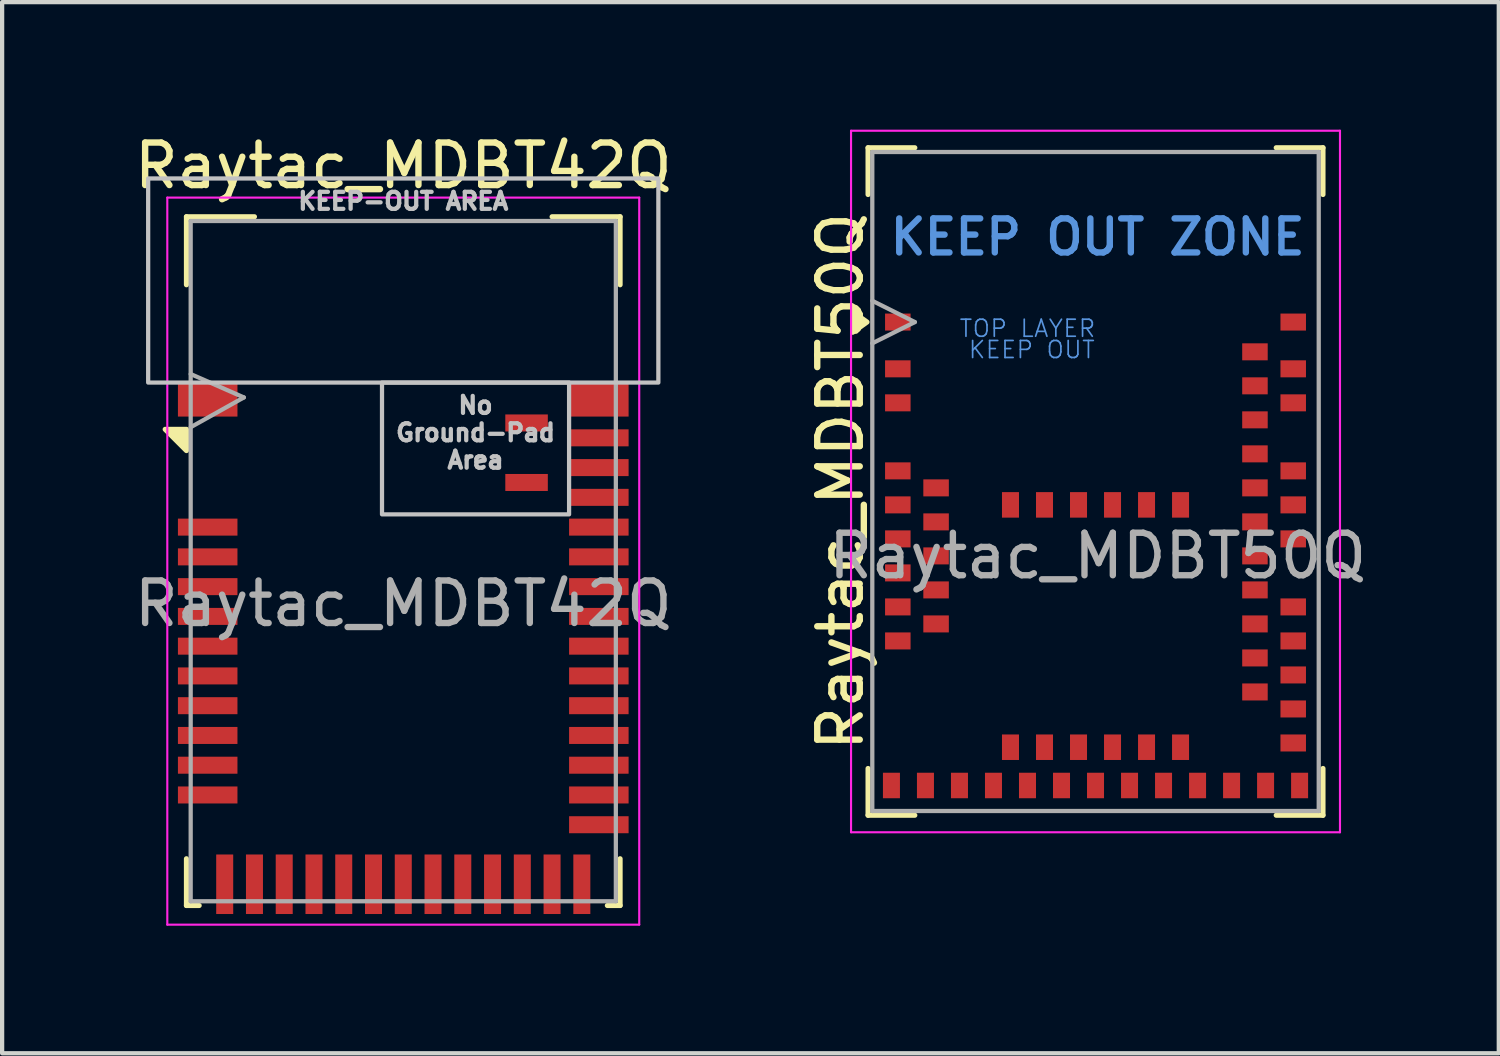
<source format=kicad_pcb>
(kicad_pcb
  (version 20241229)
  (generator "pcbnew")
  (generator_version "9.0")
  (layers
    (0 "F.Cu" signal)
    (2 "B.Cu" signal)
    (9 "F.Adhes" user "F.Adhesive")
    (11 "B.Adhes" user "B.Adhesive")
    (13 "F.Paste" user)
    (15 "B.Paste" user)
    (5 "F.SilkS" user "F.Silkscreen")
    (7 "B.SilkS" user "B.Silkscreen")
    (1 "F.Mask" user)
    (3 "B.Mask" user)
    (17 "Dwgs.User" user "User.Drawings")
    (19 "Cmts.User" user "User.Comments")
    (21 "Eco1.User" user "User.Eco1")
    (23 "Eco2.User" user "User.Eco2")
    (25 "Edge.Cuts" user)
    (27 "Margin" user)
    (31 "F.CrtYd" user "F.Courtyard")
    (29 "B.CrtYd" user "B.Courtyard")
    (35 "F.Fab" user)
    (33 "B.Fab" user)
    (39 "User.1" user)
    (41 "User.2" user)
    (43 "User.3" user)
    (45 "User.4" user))
  (footprint "Raytac_MDBT50Q"
    (layer "F.Cu")
    (at 22.717 8.275)
    (property "Reference" "Raytac_MDBT50Q" (at -6 0 270) (layer "F.SilkS") (effects (font (size 1 1) (thickness 0.15))))
    (attr smd)
    (fp_line (start -5.35 -7.85) (end -5.35 -6.75) (stroke (width 0.12) (type solid)) (layer "F.SilkS"))
    (fp_line (start -5.35 6.75) (end -5.35 7.85) (stroke (width 0.12) (type solid)) (layer "F.SilkS"))
    (fp_line (start -5.35 7.85) (end -4.25 7.85) (stroke (width 0.12) (type solid)) (layer "F.SilkS"))
    (fp_line (start -4.25 -7.85) (end -5.35 -7.85) (stroke (width 0.12) (type solid)) (layer "F.SilkS"))
    (fp_line (start 4.25 -7.85) (end 5.35 -7.85) (stroke (width 0.12) (type solid)) (layer "F.SilkS"))
    (fp_line (start 5.35 -7.85) (end 5.35 -6.75) (stroke (width 0.12) (type solid)) (layer "F.SilkS"))
    (fp_line (start 5.35 6.75) (end 5.35 7.85) (stroke (width 0.12) (type solid)) (layer "F.SilkS"))
    (fp_line (start 5.35 7.85) (end 4.25 7.85) (stroke (width 0.12) (type solid)) (layer "F.SilkS"))
    (fp_poly (pts (xy -5.375 -3.75) (xy -5.711 -3.51) (xy -5.711 -3.99) (xy -5.375 -3.75)) (stroke (width 0.12) (type solid)) (fill yes) (layer "F.SilkS"))
    (fp_line (start -5.75 -8.25) (end -5.75 8.25) (stroke (width 0.05) (type solid)) (layer "F.CrtYd"))
    (fp_line (start -5.75 -8.25) (end 5.75 -8.25) (stroke (width 0.05) (type solid)) (layer "F.CrtYd"))
    (fp_line (start -5.75 8.25) (end 5.75 8.25) (stroke (width 0.05) (type solid)) (layer "F.CrtYd"))
    (fp_line (start 5.75 -8.25) (end 5.75 8.25) (stroke (width 0.05) (type solid)) (layer "F.CrtYd"))
    (fp_line (start -5.25 -7.75) (end 5.25 -7.75) (stroke (width 0.1) (type solid)) (layer "F.Fab"))
    (fp_line (start -5.25 7.75) (end -5.25 -7.75) (stroke (width 0.1) (type solid)) (layer "F.Fab"))
    (fp_line (start -4.25 -3.75) (end -5.25 -4.25) (stroke (width 0.1) (type solid)) (layer "F.Fab"))
    (fp_line (start -4.25 -3.75) (end -5.25 -3.25) (stroke (width 0.1) (type solid)) (layer "F.Fab"))
    (fp_line (start 5.25 -7.75) (end 5.25 7.75) (stroke (width 0.1) (type solid)) (layer "F.Fab"))
    (fp_line (start 5.25 7.75) (end -5.25 7.75) (stroke (width 0.1) (type solid)) (layer "F.Fab"))
    (fp_text user "TOP LAYER" (at -1.6 -3.6 0) (layer "Cmts.User") (effects (font (size 0.4 0.4) (thickness 0.04))))
    (fp_text user "KEEP OUT ZONE" (at 0.05 -5.75 0) (layer "Cmts.User") (effects (font (size 0.8 0.8) (thickness 0.15))))
    (fp_text user "KEEP OUT" (at -1.5 -3.1 0) (layer "Cmts.User") (effects (font (size 0.4 0.4) (thickness 0.04))))
    (fp_text user "${REFERENCE}" (at 0.05 1.75 0) (layer "F.Fab") (effects (font (size 1 1) (thickness 0.15))))
    (pad "1" smd rect (at -4.65 -3.75) (size 0.6 0.4) (layers "F.Cu" "F.Mask" "F.Paste"))
    (pad "2" smd rect (at -4.65 -2.65) (size 0.6 0.4) (layers "F.Cu" "F.Mask" "F.Paste"))
    (pad "3" smd rect (at -4.65 -1.85) (size 0.6 0.4) (layers "F.Cu" "F.Mask" "F.Paste"))
    (pad "4" smd rect (at -4.65 -0.25) (size 0.6 0.4) (layers "F.Cu" "F.Mask" "F.Paste"))
    (pad "5" smd rect (at -3.75 0.15) (size 0.6 0.4) (layers "F.Cu" "F.Mask" "F.Paste"))
    (pad "6" smd rect (at -4.65 0.55) (size 0.6 0.4) (layers "F.Cu" "F.Mask" "F.Paste"))
    (pad "7" smd rect (at -3.75 0.95) (size 0.6 0.4) (layers "F.Cu" "F.Mask" "F.Paste"))
    (pad "8" smd rect (at -4.65 1.35) (size 0.6 0.4) (layers "F.Cu" "F.Mask" "F.Paste"))
    (pad "9" smd rect (at -3.75 1.75) (size 0.6 0.4) (layers "F.Cu" "F.Mask" "F.Paste"))
    (pad "10" smd rect (at -4.65 2.15) (size 0.6 0.4) (layers "F.Cu" "F.Mask" "F.Paste"))
    (pad "11" smd rect (at -3.75 2.55) (size 0.6 0.4) (layers "F.Cu" "F.Mask" "F.Paste"))
    (pad "12" smd rect (at -4.65 2.95) (size 0.6 0.4) (layers "F.Cu" "F.Mask" "F.Paste"))
    (pad "13" smd rect (at -3.75 3.35) (size 0.6 0.4) (layers "F.Cu" "F.Mask" "F.Paste"))
    (pad "14" smd rect (at -4.65 3.75) (size 0.6 0.4) (layers "F.Cu" "F.Mask" "F.Paste"))
    (pad "15" smd rect (at -4.8 7.15 90) (size 0.6 0.4) (layers "F.Cu" "F.Mask" "F.Paste"))
    (pad "16" smd rect (at -4 7.15 90) (size 0.6 0.4) (layers "F.Cu" "F.Mask" "F.Paste"))
    (pad "17" smd rect (at -3.2 7.15 90) (size 0.6 0.4) (layers "F.Cu" "F.Mask" "F.Paste"))
    (pad "18" smd rect (at -2.4 7.15 90) (size 0.6 0.4) (layers "F.Cu" "F.Mask" "F.Paste"))
    (pad "19" smd rect (at -2 6.25 90) (size 0.6 0.4) (layers "F.Cu" "F.Mask" "F.Paste"))
    (pad "20" smd rect (at -1.6 7.15 90) (size 0.6 0.4) (layers "F.Cu" "F.Mask" "F.Paste"))
    (pad "21" smd rect (at -1.2 6.25 90) (size 0.6 0.4) (layers "F.Cu" "F.Mask" "F.Paste"))
    (pad "22" smd rect (at -0.8 7.15 90) (size 0.6 0.4) (layers "F.Cu" "F.Mask" "F.Paste"))
    (pad "23" smd rect (at -0.4 6.25 90) (size 0.6 0.4) (layers "F.Cu" "F.Mask" "F.Paste"))
    (pad "24" smd rect (at 0 7.15 90) (size 0.6 0.4) (layers "F.Cu" "F.Mask" "F.Paste"))
    (pad "25" smd rect (at 0.4 6.25 90) (size 0.6 0.4) (layers "F.Cu" "F.Mask" "F.Paste"))
    (pad "26" smd rect (at 0.8 7.15 90) (size 0.6 0.4) (layers "F.Cu" "F.Mask" "F.Paste"))
    (pad "27" smd rect (at 1.2 6.25 90) (size 0.6 0.4) (layers "F.Cu" "F.Mask" "F.Paste"))
    (pad "28" smd rect (at 1.6 7.15 90) (size 0.6 0.4) (layers "F.Cu" "F.Mask" "F.Paste"))
    (pad "29" smd rect (at 2 6.25 90) (size 0.6 0.4) (layers "F.Cu" "F.Mask" "F.Paste"))
    (pad "30" smd rect (at 2.4 7.15 90) (size 0.6 0.4) (layers "F.Cu" "F.Mask" "F.Paste"))
    (pad "31" smd rect (at 3.2 7.15 90) (size 0.6 0.4) (layers "F.Cu" "F.Mask" "F.Paste"))
    (pad "32" smd rect (at 4 7.15 90) (size 0.6 0.4) (layers "F.Cu" "F.Mask" "F.Paste"))
    (pad "33" smd rect (at 4.8 7.15 90) (size 0.6 0.4) (layers "F.Cu" "F.Mask" "F.Paste"))
    (pad "34" smd rect (at 4.65 6.15) (size 0.6 0.4) (layers "F.Cu" "F.Mask" "F.Paste"))
    (pad "35" smd rect (at 4.65 5.35) (size 0.6 0.4) (layers "F.Cu" "F.Mask" "F.Paste"))
    (pad "36" smd rect (at 3.75 4.95) (size 0.6 0.4) (layers "F.Cu" "F.Mask" "F.Paste"))
    (pad "37" smd rect (at 4.65 4.55) (size 0.6 0.4) (layers "F.Cu" "F.Mask" "F.Paste"))
    (pad "38" smd rect (at 3.75 4.15) (size 0.6 0.4) (layers "F.Cu" "F.Mask" "F.Paste"))
    (pad "39" smd rect (at 4.65 3.75) (size 0.6 0.4) (layers "F.Cu" "F.Mask" "F.Paste"))
    (pad "40" smd rect (at 3.75 3.35) (size 0.6 0.4) (layers "F.Cu" "F.Mask" "F.Paste"))
    (pad "41" smd rect (at 4.65 2.95) (size 0.6 0.4) (layers "F.Cu" "F.Mask" "F.Paste"))
    (pad "42" smd rect (at 3.75 2.55) (size 0.6 0.4) (layers "F.Cu" "F.Mask" "F.Paste"))
    (pad "43" smd rect (at 3.75 1.75) (size 0.6 0.4) (layers "F.Cu" "F.Mask" "F.Paste"))
    (pad "44" smd rect (at 4.65 1.35) (size 0.6 0.4) (layers "F.Cu" "F.Mask" "F.Paste"))
    (pad "45" smd rect (at 3.75 0.95) (size 0.6 0.4) (layers "F.Cu" "F.Mask" "F.Paste"))
    (pad "46" smd rect (at 4.65 0.55) (size 0.6 0.4) (layers "F.Cu" "F.Mask" "F.Paste"))
    (pad "47" smd rect (at 3.75 0.15) (size 0.6 0.4) (layers "F.Cu" "F.Mask" "F.Paste"))
    (pad "48" smd rect (at 4.65 -0.25) (size 0.6 0.4) (layers "F.Cu" "F.Mask" "F.Paste"))
    (pad "49" smd rect (at 3.75 -0.65) (size 0.6 0.4) (layers "F.Cu" "F.Mask" "F.Paste"))
    (pad "50" smd rect (at 3.75 -1.45) (size 0.6 0.4) (layers "F.Cu" "F.Mask" "F.Paste"))
    (pad "51" smd rect (at 4.65 -1.85) (size 0.6 0.4) (layers "F.Cu" "F.Mask" "F.Paste"))
    (pad "52" smd rect (at 3.75 -2.25) (size 0.6 0.4) (layers "F.Cu" "F.Mask" "F.Paste"))
    (pad "53" smd rect (at 4.65 -2.65) (size 0.6 0.4) (layers "F.Cu" "F.Mask" "F.Paste"))
    (pad "54" smd rect (at 3.75 -3.05) (size 0.6 0.4) (layers "F.Cu" "F.Mask" "F.Paste"))
    (pad "55" smd rect (at 4.65 -3.75) (size 0.6 0.4) (layers "F.Cu" "F.Mask" "F.Paste"))
    (pad "56" smd rect (at -2 0.55 90) (size 0.6 0.4) (layers "F.Cu" "F.Mask" "F.Paste"))
    (pad "57" smd rect (at -1.2 0.55 90) (size 0.6 0.4) (layers "F.Cu" "F.Mask" "F.Paste"))
    (pad "58" smd rect (at -0.4 0.55 90) (size 0.6 0.4) (layers "F.Cu" "F.Mask" "F.Paste"))
    (pad "59" smd rect (at 0.4 0.55 90) (size 0.6 0.4) (layers "F.Cu" "F.Mask" "F.Paste"))
    (pad "60" smd rect (at 1.2 0.55 90) (size 0.6 0.4) (layers "F.Cu" "F.Mask" "F.Paste"))
    (pad "61" smd rect (at 2 0.55 90) (size 0.6 0.4) (layers "F.Cu" "F.Mask" "F.Paste"))
    (zone (net_name "") (layer "F.Cu") (hatch full 0.508) (connect_pads) (min_thickness 0.254) (filled_areas_thickness no) (keepout (tracks not_allowed) (vias not_allowed) (pads not_allowed) (copperpour not_allowed) (footprints not_allowed)) (placement (enabled no)) (fill) (polygon (pts (xy 22.017 5.525) (xy 20.417 5.525) (xy 20.417 4.325) (xy 22.017 4.325))))
    (zone (net_name "") (layers "F.Cu" "B.Cu") (hatch full 0.508) (connect_pads) (min_thickness 0.254) (filled_areas_thickness no) (keepout (tracks not_allowed) (vias not_allowed) (pads not_allowed) (copperpour not_allowed) (footprints not_allowed)) (placement (enabled no)) (fill) (polygon (pts (xy 16.517 4.275) (xy 28.917 4.275) (xy 28.917 0.525) (xy 16.517 0.525)))))
  (footprint "Raytac_MDBT42Q"
    (layer "F.Cu")
    (at 6.435 10.148)
    (property "Reference" "Raytac_MDBT42Q" (at 0 -9.3 0) (layer "F.SilkS") (effects (font (size 1 1) (thickness 0.15))))
    (attr smd)
    (fp_line (start -5.1 -8.1) (end -5.1 -6.5) (stroke (width 0.12) (type solid)) (layer "F.SilkS"))
    (fp_line (start -5.1 -8.1) (end -3.5 -8.1) (stroke (width 0.12) (type solid)) (layer "F.SilkS"))
    (fp_line (start -5.1 8.1) (end -5.1 7) (stroke (width 0.12) (type solid)) (layer "F.SilkS"))
    (fp_line (start -4.8 8.1) (end -5.1 8.1) (stroke (width 0.12) (type solid)) (layer "F.SilkS"))
    (fp_line (start 3.5 -8.1) (end 5.1 -8.1) (stroke (width 0.12) (type solid)) (layer "F.SilkS"))
    (fp_line (start 4.8 8.1) (end 5.1 8.1) (stroke (width 0.12) (type solid)) (layer "F.SilkS"))
    (fp_line (start 5.1 -8.1) (end 5.1 -6.5) (stroke (width 0.12) (type solid)) (layer "F.SilkS"))
    (fp_line (start 5.1 8.1) (end 5.1 7) (stroke (width 0.12) (type solid)) (layer "F.SilkS"))
    (fp_poly (pts (xy -5.1 -3.1) (xy -5.6 -3.1) (xy -5.1 -2.6) (xy -5.1 -3.1)) (stroke (width 0.12) (type solid)) (fill yes) (layer "F.SilkS"))
    (fp_line (start -5.55 8.55) (end -5.55 -8.55) (stroke (width 0.05) (type solid)) (layer "F.CrtYd"))
    (fp_line (start 5.55 -8.55) (end -5.55 -8.55) (stroke (width 0.05) (type solid)) (layer "F.CrtYd"))
    (fp_line (start 5.55 -8.55) (end 5.55 8.55) (stroke (width 0.05) (type solid)) (layer "F.CrtYd"))
    (fp_line (start 5.55 8.55) (end -5.55 8.55) (stroke (width 0.05) (type solid)) (layer "F.CrtYd"))
    (fp_line (start -5 -8) (end -5 8) (stroke (width 0.1) (type solid)) (layer "F.Fab"))
    (fp_line (start -5 -8) (end 5 -8) (stroke (width 0.1) (type solid)) (layer "F.Fab"))
    (fp_line (start -5 -3.15) (end -3.75 -3.85) (stroke (width 0.1) (type default)) (layer "F.Fab"))
    (fp_line (start -5 8) (end 5 8) (stroke (width 0.1) (type solid)) (layer "F.Fab"))
    (fp_line (start -3.75 -3.85) (end -5 -4.4) (stroke (width 0.1) (type default)) (layer "F.Fab"))
    (fp_line (start 5 -8) (end 5 8) (stroke (width 0.1) (type solid)) (layer "F.Fab"))
    (fp_text user "${REFERENCE}" (at 0 1 0) (layer "F.Fab") (effects (font (size 1 1) (thickness 0.15))))
    (fp_text_box "KEEP-OUT AREA" (start -6 -9) (end 6 -4.2) (margins 0.35 0.35 0.35 0.35) (layer "Dwgs.User") (effects (font (size 0.4 0.4) (thickness 0.1)) (justify top)) (border yes) (stroke (width 0.1) (type solid)))
    (fp_text_box "No Ground-Pad Area" (start -0.5 -4.2) (end 3.9 -1.1) (margins 0.35 0.35 0.35 0.35) (layer "Dwgs.User") (effects (font (size 0.4 0.4) (thickness 0.1)) (justify top)) (border yes) (stroke (width 0.1) (type solid)))
    (pad "1" smd rect (at -4.6 -3.8) (size 1.4 0.8) (layers "F.Cu" "F.Mask" "F.Paste"))
    (pad "2" smd rect (at -4.6 -0.8) (size 1.4 0.4) (layers "F.Cu" "F.Mask" "F.Paste"))
    (pad "3" smd rect (at -4.6 -0.1) (size 1.4 0.4) (layers "F.Cu" "F.Mask" "F.Paste"))
    (pad "4" smd rect (at -4.6 0.6) (size 1.4 0.4) (layers "F.Cu" "F.Mask" "F.Paste"))
    (pad "5" smd rect (at -4.6 1.3) (size 1.4 0.4) (layers "F.Cu" "F.Mask" "F.Paste"))
    (pad "6" smd rect (at -4.6 2) (size 1.4 0.4) (layers "F.Cu" "F.Mask" "F.Paste"))
    (pad "7" smd rect (at -4.6 2.7) (size 1.4 0.4) (layers "F.Cu" "F.Mask" "F.Paste"))
    (pad "8" smd rect (at -4.6 3.4) (size 1.4 0.4) (layers "F.Cu" "F.Mask" "F.Paste"))
    (pad "9" smd rect (at -4.6 4.1) (size 1.4 0.4) (layers "F.Cu" "F.Mask" "F.Paste"))
    (pad "10" smd rect (at -4.6 4.8) (size 1.4 0.4) (layers "F.Cu" "F.Mask" "F.Paste"))
    (pad "11" smd rect (at -4.6 5.5) (size 1.4 0.4) (layers "F.Cu" "F.Mask" "F.Paste"))
    (pad "12" smd rect (at -4.2 7.6 90) (size 1.4 0.4) (layers "F.Cu" "F.Mask" "F.Paste"))
    (pad "13" smd rect (at -3.5 7.6 90) (size 1.4 0.4) (layers "F.Cu" "F.Mask" "F.Paste"))
    (pad "14" smd rect (at -2.8 7.6 90) (size 1.4 0.4) (layers "F.Cu" "F.Mask" "F.Paste"))
    (pad "15" smd rect (at -2.1 7.6 90) (size 1.4 0.4) (layers "F.Cu" "F.Mask" "F.Paste"))
    (pad "16" smd rect (at -1.4 7.6 90) (size 1.4 0.4) (layers "F.Cu" "F.Mask" "F.Paste"))
    (pad "17" smd rect (at -0.7 7.6 90) (size 1.4 0.4) (layers "F.Cu" "F.Mask" "F.Paste"))
    (pad "18" smd rect (at 0 7.6 90) (size 1.4 0.4) (layers "F.Cu" "F.Mask" "F.Paste"))
    (pad "19" smd rect (at 0.7 7.6 90) (size 1.4 0.4) (layers "F.Cu" "F.Mask" "F.Paste"))
    (pad "20" smd rect (at 1.4 7.6 90) (size 1.4 0.4) (layers "F.Cu" "F.Mask" "F.Paste"))
    (pad "21" smd rect (at 2.1 7.6 90) (size 1.4 0.4) (layers "F.Cu" "F.Mask" "F.Paste"))
    (pad "22" smd rect (at 2.8 7.6 90) (size 1.4 0.4) (layers "F.Cu" "F.Mask" "F.Paste"))
    (pad "23" smd rect (at 3.5 7.6 90) (size 1.4 0.4) (layers "F.Cu" "F.Mask" "F.Paste"))
    (pad "24" smd rect (at 4.2 7.6 90) (size 1.4 0.4) (layers "F.Cu" "F.Mask" "F.Paste"))
    (pad "25" smd rect (at 4.6 6.2) (size 1.4 0.4) (layers "F.Cu" "F.Mask" "F.Paste"))
    (pad "26" smd rect (at 4.6 5.5) (size 1.4 0.4) (layers "F.Cu" "F.Mask" "F.Paste"))
    (pad "27" smd rect (at 4.6 4.8) (size 1.4 0.4) (layers "F.Cu" "F.Mask" "F.Paste"))
    (pad "28" smd rect (at 4.6 4.1) (size 1.4 0.4) (layers "F.Cu" "F.Mask" "F.Paste"))
    (pad "29" smd rect (at 4.6 3.4) (size 1.4 0.4) (layers "F.Cu" "F.Mask" "F.Paste"))
    (pad "30" smd rect (at 4.6 2.7) (size 1.4 0.4) (layers "F.Cu" "F.Mask" "F.Paste"))
    (pad "31" smd rect (at 4.6 2) (size 1.4 0.4) (layers "F.Cu" "F.Mask" "F.Paste"))
    (pad "32" smd rect (at 4.6 1.3) (size 1.4 0.4) (layers "F.Cu" "F.Mask" "F.Paste"))
    (pad "33" smd rect (at 4.6 0.6) (size 1.4 0.4) (layers "F.Cu" "F.Mask" "F.Paste"))
    (pad "34" smd rect (at 4.6 -0.1) (size 1.4 0.4) (layers "F.Cu" "F.Mask" "F.Paste"))
    (pad "35" smd rect (at 4.6 -0.8) (size 1.4 0.4) (layers "F.Cu" "F.Mask" "F.Paste"))
    (pad "36" smd rect (at 4.6 -1.5) (size 1.4 0.4) (layers "F.Cu" "F.Mask" "F.Paste"))
    (pad "37" smd rect (at 4.6 -2.2) (size 1.4 0.4) (layers "F.Cu" "F.Mask" "F.Paste"))
    (pad "38" smd rect (at 4.6 -2.9) (size 1.4 0.4) (layers "F.Cu" "F.Mask" "F.Paste"))
    (pad "39" smd rect (at 4.6 -3.8) (size 1.4 0.8) (layers "F.Cu" "F.Mask" "F.Paste"))
    (pad "40" smd rect (at 2.9 -3.25) (size 1 0.4) (layers "F.Cu" "F.Mask" "F.Paste"))
    (pad "41" smd rect (at 2.9 -1.85) (size 1 0.4) (layers "F.Cu" "F.Mask" "F.Paste"))
    (zone (net_name "") (layers "F.Cu" "B.Cu" "Dwgs.User") (hatch full 0.5) (connect_pads) (min_thickness 0.25) (filled_areas_thickness no) (keepout (tracks not_allowed) (vias not_allowed) (pads not_allowed) (copperpour not_allowed) (footprints not_allowed)) (placement (enabled no)) (fill) (polygon (pts (xy 0.435 1.148) (xy 0.435 5.948) (xy 12.435 5.948) (xy 12.435 1.148))))
    (zone (net_name "") (layers "F.Cu" "Dwgs.User") (hatch full 0.5) (connect_pads) (min_thickness 0.25) (filled_areas_thickness no) (keepout (tracks not_allowed) (vias not_allowed) (pads not_allowed) (copperpour not_allowed) (footprints not_allowed)) (placement (enabled no)) (fill) (polygon (pts (xy 5.935 5.948) (xy 5.935 9.048) (xy 10.335 9.048) (xy 10.335 5.948)))))
  (gr_rect
    (start -3 -3)
    (end 32.202 21.723)
    (stroke (width 0.1) (type default))
    (fill no)
    (layer "Edge.Cuts")))
</source>
